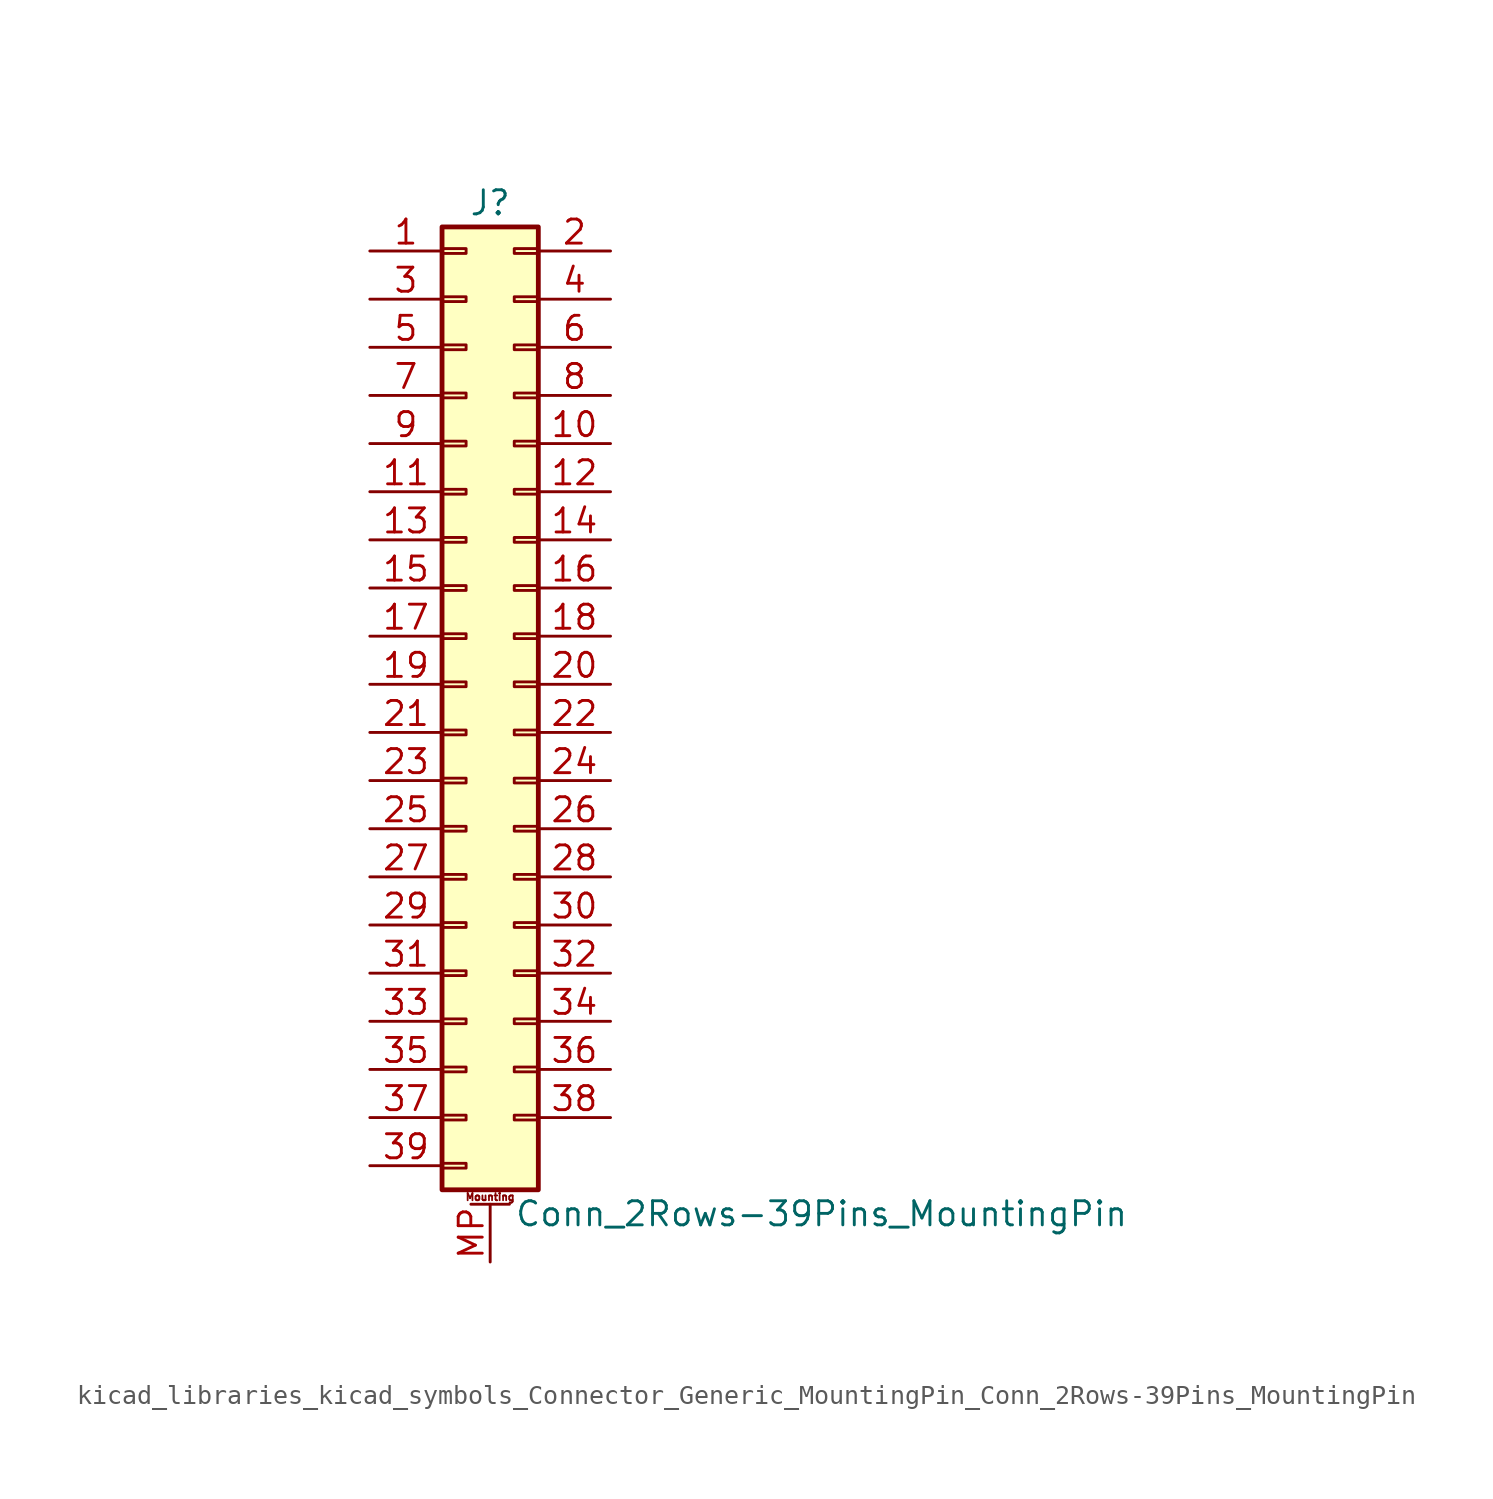
<source format=kicad_sym>
(kicad_symbol_lib
  (version 20220914)
  (generator kicad_symbol_editor)
  (symbol "kicad_libraries_kicad_symbols_Connector_Generic_MountingPin_Conn_2Rows-39Pins_MountingPin"
    (pin_names
      (offset 1.016) hide)
    (property "Reference" "J"
      (at 1.27 25.4 0)
      (effects (font (size 1.27 1.27))))
    (property "Value" "Conn_2Rows-39Pins_MountingPin"
      (at 2.54 -27.94 0)
      (effects (font (size 1.27 1.27)) (justify left)))
    (symbol "kicad_libraries_kicad_symbols_Connector_Generic_MountingPin_Conn_2Rows-39Pins_MountingPin_1_1"
      (rectangle (start -1.27 -25.273) (end 0 -25.527) (stroke (width 0.152) (type default)) (fill (type none)))
      (rectangle (start -1.27 -22.733) (end 0 -22.987) (stroke (width 0.152) (type default)) (fill (type none)))
      (rectangle (start -1.27 -20.193) (end 0 -20.447) (stroke (width 0.152) (type default)) (fill (type none)))
      (rectangle (start -1.27 -17.653) (end 0 -17.907) (stroke (width 0.152) (type default)) (fill (type none)))
      (rectangle (start -1.27 -15.113) (end 0 -15.367) (stroke (width 0.152) (type default)) (fill (type none)))
      (rectangle (start -1.27 -12.573) (end 0 -12.827) (stroke (width 0.152) (type default)) (fill (type none)))
      (rectangle (start -1.27 -10.033) (end 0 -10.287) (stroke (width 0.152) (type default)) (fill (type none)))
      (rectangle (start -1.27 -7.493) (end 0 -7.747) (stroke (width 0.152) (type default)) (fill (type none)))
      (rectangle (start -1.27 -4.953) (end 0 -5.207) (stroke (width 0.152) (type default)) (fill (type none)))
      (rectangle (start -1.27 -2.413) (end 0 -2.667) (stroke (width 0.152) (type default)) (fill (type none)))
      (rectangle (start -1.27 0.127) (end 0 -0.127) (stroke (width 0.152) (type default)) (fill (type none)))
      (rectangle (start -1.27 2.667) (end 0 2.413) (stroke (width 0.152) (type default)) (fill (type none)))
      (rectangle (start -1.27 5.207) (end 0 4.953) (stroke (width 0.152) (type default)) (fill (type none)))
      (rectangle (start -1.27 7.747) (end 0 7.493) (stroke (width 0.152) (type default)) (fill (type none)))
      (rectangle (start -1.27 10.287) (end 0 10.033) (stroke (width 0.152) (type default)) (fill (type none)))
      (rectangle (start -1.27 12.827) (end 0 12.573) (stroke (width 0.152) (type default)) (fill (type none)))
      (rectangle (start -1.27 15.367) (end 0 15.113) (stroke (width 0.152) (type default)) (fill (type none)))
      (rectangle (start -1.27 17.907) (end 0 17.653) (stroke (width 0.152) (type default)) (fill (type none)))
      (rectangle (start -1.27 20.447) (end 0 20.193) (stroke (width 0.152) (type default)) (fill (type none)))
      (rectangle (start -1.27 22.987) (end 0 22.733) (stroke (width 0.152) (type default)) (fill (type none)))
      (rectangle (start -1.27 24.13) (end 3.81 -26.67) (stroke (width 0.254) (type default)) (fill (type background)))
      (polyline (pts (xy 0.254 -27.432) (xy 2.286 -27.432)) (stroke (width 0.152) (type default)) (fill (type none)))
      (rectangle (start 3.81 -22.733) (end 2.54 -22.987) (stroke (width 0.152) (type default)) (fill (type none)))
      (rectangle (start 3.81 -20.193) (end 2.54 -20.447) (stroke (width 0.152) (type default)) (fill (type none)))
      (rectangle (start 3.81 -17.653) (end 2.54 -17.907) (stroke (width 0.152) (type default)) (fill (type none)))
      (rectangle (start 3.81 -15.113) (end 2.54 -15.367) (stroke (width 0.152) (type default)) (fill (type none)))
      (rectangle (start 3.81 -12.573) (end 2.54 -12.827) (stroke (width 0.152) (type default)) (fill (type none)))
      (rectangle (start 3.81 -10.033) (end 2.54 -10.287) (stroke (width 0.152) (type default)) (fill (type none)))
      (rectangle (start 3.81 -7.493) (end 2.54 -7.747) (stroke (width 0.152) (type default)) (fill (type none)))
      (rectangle (start 3.81 -4.953) (end 2.54 -5.207) (stroke (width 0.152) (type default)) (fill (type none)))
      (rectangle (start 3.81 -2.413) (end 2.54 -2.667) (stroke (width 0.152) (type default)) (fill (type none)))
      (rectangle (start 3.81 0.127) (end 2.54 -0.127) (stroke (width 0.152) (type default)) (fill (type none)))
      (rectangle (start 3.81 2.667) (end 2.54 2.413) (stroke (width 0.152) (type default)) (fill (type none)))
      (rectangle (start 3.81 5.207) (end 2.54 4.953) (stroke (width 0.152) (type default)) (fill (type none)))
      (rectangle (start 3.81 7.747) (end 2.54 7.493) (stroke (width 0.152) (type default)) (fill (type none)))
      (rectangle (start 3.81 10.287) (end 2.54 10.033) (stroke (width 0.152) (type default)) (fill (type none)))
      (rectangle (start 3.81 12.827) (end 2.54 12.573) (stroke (width 0.152) (type default)) (fill (type none)))
      (rectangle (start 3.81 15.367) (end 2.54 15.113) (stroke (width 0.152) (type default)) (fill (type none)))
      (rectangle (start 3.81 17.907) (end 2.54 17.653) (stroke (width 0.152) (type default)) (fill (type none)))
      (rectangle (start 3.81 20.447) (end 2.54 20.193) (stroke (width 0.152) (type default)) (fill (type none)))
      (rectangle (start 3.81 22.987) (end 2.54 22.733) (stroke (width 0.152) (type default)) (fill (type none)))
      (text "Mounting" (at 1.27 -27.051 0) (effects (font (size 0.381 0.381))))
      (pin passive line (at -5.08 22.86 0) (length 3.81) (name "Pin_1" (effects (font (size 1.27 1.27)))) (number "1" (effects (font (size 1.27 1.27)))))
      (pin passive line (at 7.62 12.7 180) (length 3.81) (name "Pin_10" (effects (font (size 1.27 1.27)))) (number "10" (effects (font (size 1.27 1.27)))))
      (pin passive line (at -5.08 10.16 0) (length 3.81) (name "Pin_11" (effects (font (size 1.27 1.27)))) (number "11" (effects (font (size 1.27 1.27)))))
      (pin passive line (at 7.62 10.16 180) (length 3.81) (name "Pin_12" (effects (font (size 1.27 1.27)))) (number "12" (effects (font (size 1.27 1.27)))))
      (pin passive line (at -5.08 7.62 0) (length 3.81) (name "Pin_13" (effects (font (size 1.27 1.27)))) (number "13" (effects (font (size 1.27 1.27)))))
      (pin passive line (at 7.62 7.62 180) (length 3.81) (name "Pin_14" (effects (font (size 1.27 1.27)))) (number "14" (effects (font (size 1.27 1.27)))))
      (pin passive line (at -5.08 5.08 0) (length 3.81) (name "Pin_15" (effects (font (size 1.27 1.27)))) (number "15" (effects (font (size 1.27 1.27)))))
      (pin passive line (at 7.62 5.08 180) (length 3.81) (name "Pin_16" (effects (font (size 1.27 1.27)))) (number "16" (effects (font (size 1.27 1.27)))))
      (pin passive line (at -5.08 2.54 0) (length 3.81) (name "Pin_17" (effects (font (size 1.27 1.27)))) (number "17" (effects (font (size 1.27 1.27)))))
      (pin passive line (at 7.62 2.54 180) (length 3.81) (name "Pin_18" (effects (font (size 1.27 1.27)))) (number "18" (effects (font (size 1.27 1.27)))))
      (pin passive line (at -5.08 0 0) (length 3.81) (name "Pin_19" (effects (font (size 1.27 1.27)))) (number "19" (effects (font (size 1.27 1.27)))))
      (pin passive line (at 7.62 22.86 180) (length 3.81) (name "Pin_2" (effects (font (size 1.27 1.27)))) (number "2" (effects (font (size 1.27 1.27)))))
      (pin passive line (at 7.62 0 180) (length 3.81) (name "Pin_20" (effects (font (size 1.27 1.27)))) (number "20" (effects (font (size 1.27 1.27)))))
      (pin passive line (at -5.08 -2.54 0) (length 3.81) (name "Pin_21" (effects (font (size 1.27 1.27)))) (number "21" (effects (font (size 1.27 1.27)))))
      (pin passive line (at 7.62 -2.54 180) (length 3.81) (name "Pin_22" (effects (font (size 1.27 1.27)))) (number "22" (effects (font (size 1.27 1.27)))))
      (pin passive line (at -5.08 -5.08 0) (length 3.81) (name "Pin_23" (effects (font (size 1.27 1.27)))) (number "23" (effects (font (size 1.27 1.27)))))
      (pin passive line (at 7.62 -5.08 180) (length 3.81) (name "Pin_24" (effects (font (size 1.27 1.27)))) (number "24" (effects (font (size 1.27 1.27)))))
      (pin passive line (at -5.08 -7.62 0) (length 3.81) (name "Pin_25" (effects (font (size 1.27 1.27)))) (number "25" (effects (font (size 1.27 1.27)))))
      (pin passive line (at 7.62 -7.62 180) (length 3.81) (name "Pin_26" (effects (font (size 1.27 1.27)))) (number "26" (effects (font (size 1.27 1.27)))))
      (pin passive line (at -5.08 -10.16 0) (length 3.81) (name "Pin_27" (effects (font (size 1.27 1.27)))) (number "27" (effects (font (size 1.27 1.27)))))
      (pin passive line (at 7.62 -10.16 180) (length 3.81) (name "Pin_28" (effects (font (size 1.27 1.27)))) (number "28" (effects (font (size 1.27 1.27)))))
      (pin passive line (at -5.08 -12.7 0) (length 3.81) (name "Pin_29" (effects (font (size 1.27 1.27)))) (number "29" (effects (font (size 1.27 1.27)))))
      (pin passive line (at -5.08 20.32 0) (length 3.81) (name "Pin_3" (effects (font (size 1.27 1.27)))) (number "3" (effects (font (size 1.27 1.27)))))
      (pin passive line (at 7.62 -12.7 180) (length 3.81) (name "Pin_30" (effects (font (size 1.27 1.27)))) (number "30" (effects (font (size 1.27 1.27)))))
      (pin passive line (at -5.08 -15.24 0) (length 3.81) (name "Pin_31" (effects (font (size 1.27 1.27)))) (number "31" (effects (font (size 1.27 1.27)))))
      (pin passive line (at 7.62 -15.24 180) (length 3.81) (name "Pin_32" (effects (font (size 1.27 1.27)))) (number "32" (effects (font (size 1.27 1.27)))))
      (pin passive line (at -5.08 -17.78 0) (length 3.81) (name "Pin_33" (effects (font (size 1.27 1.27)))) (number "33" (effects (font (size 1.27 1.27)))))
      (pin passive line (at 7.62 -17.78 180) (length 3.81) (name "Pin_34" (effects (font (size 1.27 1.27)))) (number "34" (effects (font (size 1.27 1.27)))))
      (pin passive line (at -5.08 -20.32 0) (length 3.81) (name "Pin_35" (effects (font (size 1.27 1.27)))) (number "35" (effects (font (size 1.27 1.27)))))
      (pin passive line (at 7.62 -20.32 180) (length 3.81) (name "Pin_36" (effects (font (size 1.27 1.27)))) (number "36" (effects (font (size 1.27 1.27)))))
      (pin passive line (at -5.08 -22.86 0) (length 3.81) (name "Pin_37" (effects (font (size 1.27 1.27)))) (number "37" (effects (font (size 1.27 1.27)))))
      (pin passive line (at 7.62 -22.86 180) (length 3.81) (name "Pin_38" (effects (font (size 1.27 1.27)))) (number "38" (effects (font (size 1.27 1.27)))))
      (pin passive line (at -5.08 -25.4 0) (length 3.81) (name "Pin_39" (effects (font (size 1.27 1.27)))) (number "39" (effects (font (size 1.27 1.27)))))
      (pin passive line (at 7.62 20.32 180) (length 3.81) (name "Pin_4" (effects (font (size 1.27 1.27)))) (number "4" (effects (font (size 1.27 1.27)))))
      (pin passive line (at -5.08 17.78 0) (length 3.81) (name "Pin_5" (effects (font (size 1.27 1.27)))) (number "5" (effects (font (size 1.27 1.27)))))
      (pin passive line (at 7.62 17.78 180) (length 3.81) (name "Pin_6" (effects (font (size 1.27 1.27)))) (number "6" (effects (font (size 1.27 1.27)))))
      (pin passive line (at -5.08 15.24 0) (length 3.81) (name "Pin_7" (effects (font (size 1.27 1.27)))) (number "7" (effects (font (size 1.27 1.27)))))
      (pin passive line (at 7.62 15.24 180) (length 3.81) (name "Pin_8" (effects (font (size 1.27 1.27)))) (number "8" (effects (font (size 1.27 1.27)))))
      (pin passive line (at -5.08 12.7 0) (length 3.81) (name "Pin_9" (effects (font (size 1.27 1.27)))) (number "9" (effects (font (size 1.27 1.27)))))
      (pin passive line (at 1.27 -30.48 90) (length 3.048) (name "MountPin" (effects (font (size 1.27 1.27)))) (number "MP" (effects (font (size 1.27 1.27))))))))
</source>
